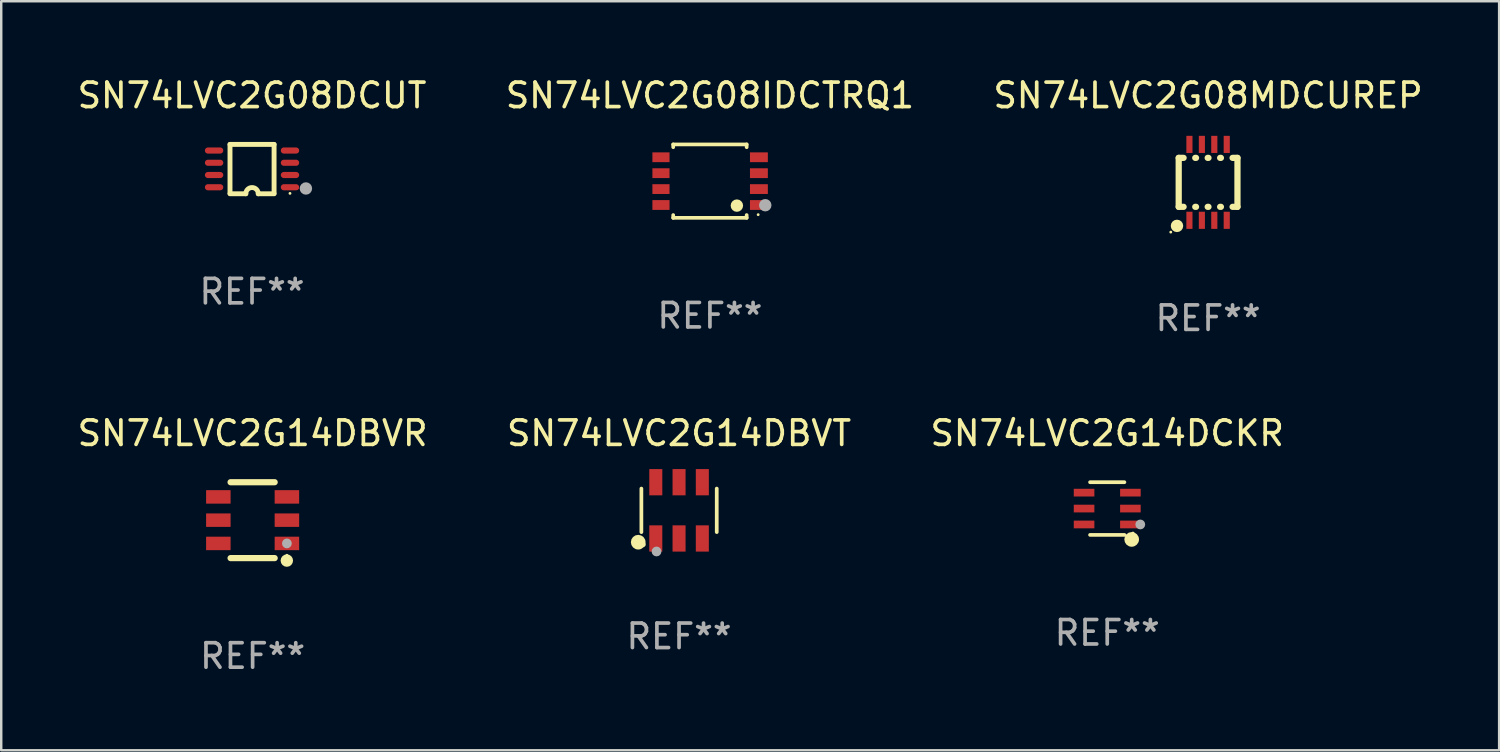
<source format=kicad_pcb>
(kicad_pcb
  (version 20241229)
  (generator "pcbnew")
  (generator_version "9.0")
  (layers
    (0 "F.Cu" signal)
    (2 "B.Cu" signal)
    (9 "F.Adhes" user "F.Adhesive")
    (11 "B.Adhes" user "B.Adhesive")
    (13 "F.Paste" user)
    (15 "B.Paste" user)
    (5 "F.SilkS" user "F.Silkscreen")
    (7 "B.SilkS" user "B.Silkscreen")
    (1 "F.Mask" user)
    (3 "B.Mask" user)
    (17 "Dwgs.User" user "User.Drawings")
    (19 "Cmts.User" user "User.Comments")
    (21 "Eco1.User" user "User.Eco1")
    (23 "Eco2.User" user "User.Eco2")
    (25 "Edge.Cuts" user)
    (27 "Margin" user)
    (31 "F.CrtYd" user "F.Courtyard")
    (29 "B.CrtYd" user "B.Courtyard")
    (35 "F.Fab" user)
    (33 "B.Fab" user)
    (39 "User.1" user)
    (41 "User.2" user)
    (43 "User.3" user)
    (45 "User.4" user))
  (footprint "SN74LVC2G08IDCTRQ1"
    (layer "F.Cu")
    (at 25.946 4.348)
    (property "Reference" "SN74LVC2G08IDCTRQ1" (at 0 -3.5 0) (layer "F.SilkS") (effects (font (size 1 1) (thickness 0.15))))
    (attr through_hole)
    (fp_line (start -1.5 -1.5) (end 1.5 -1.5) (stroke (width 0.15) (type solid)) (layer "F.SilkS"))
    (fp_line (start -1.5 -1.385) (end -1.5 -1.5) (stroke (width 0.15) (type solid)) (layer "F.SilkS"))
    (fp_line (start -1.5 1.5) (end -1.5 1.385) (stroke (width 0.15) (type solid)) (layer "F.SilkS"))
    (fp_line (start 1.5 -1.5) (end 1.5 -1.385) (stroke (width 0.15) (type solid)) (layer "F.SilkS"))
    (fp_line (start 1.5 1.385) (end 1.5 1.5) (stroke (width 0.15) (type solid)) (layer "F.SilkS"))
    (fp_line (start 1.5 1.5) (end -1.5 1.5) (stroke (width 0.15) (type solid)) (layer "F.SilkS"))
    (fp_circle (center 1.1 1) (end 1.227 1) (stroke (width 0.254) (type solid)) (fill no) (layer "F.SilkS"))
    (fp_circle (center 1.97 1.37) (end 2 1.37) (stroke (width 0.06) (type solid)) (fill no) (layer "F.SilkS"))
    (fp_circle (center 2.26 0.984) (end 2.387 0.984) (stroke (width 0.254) (type solid)) (fill no) (layer "F.Fab"))
    (fp_text user "REF**" (at 0 5.5 0) (layer "F.Fab") (effects (font (size 1 1) (thickness 0.15))))
    (pad "1" smd rect (at 2 0.975) (size 0.73 0.4) (layers "F.Cu" "F.Mask" "F.Paste"))
    (pad "2" smd rect (at 2 0.325) (size 0.73 0.4) (layers "F.Cu" "F.Mask" "F.Paste"))
    (pad "3" smd rect (at 2 -0.325) (size 0.73 0.4) (layers "F.Cu" "F.Mask" "F.Paste"))
    (pad "4" smd rect (at 2 -0.975) (size 0.73 0.4) (layers "F.Cu" "F.Mask" "F.Paste"))
    (pad "5" smd rect (at -2 -0.975) (size 0.7 0.4) (layers "F.Cu" "F.Mask" "F.Paste"))
    (pad "6" smd rect (at -2 -0.325) (size 0.7 0.4) (layers "F.Cu" "F.Mask" "F.Paste"))
    (pad "7" smd rect (at -2 0.325) (size 0.7 0.4) (layers "F.Cu" "F.Mask" "F.Paste"))
    (pad "8" smd rect (at -2 0.975) (size 0.7 0.4) (layers "F.Cu" "F.Mask" "F.Paste")))
  (footprint "SN74LVC2G08DCUT"
    (layer "F.Cu")
    (at 7.244 3.856)
    (property "Reference" "SN74LVC2G08DCUT" (at 0 -3.008 0) (layer "F.SilkS") (effects (font (size 1 1) (thickness 0.15))))
    (attr through_hole)
    (fp_line (start -0.9 -1.008) (end -0.9 0.992) (stroke (width 0.2) (type solid)) (layer "F.SilkS"))
    (fp_line (start -0.254 1.008) (end -0.9 1.008) (stroke (width 0.2) (type solid)) (layer "F.SilkS"))
    (fp_line (start 0.254 1.008) (end 0.9 1.008) (stroke (width 0.2) (type solid)) (layer "F.SilkS"))
    (fp_line (start 0.9 -1.008) (end -0.9 -1.008) (stroke (width 0.2) (type solid)) (layer "F.SilkS"))
    (fp_line (start 0.9 0.992) (end 0.9 -1.008) (stroke (width 0.2) (type solid)) (layer "F.SilkS"))
    (fp_arc (start -0.254128 1.007976) (mid -0.000127 0.753975) (end 0.253874 1.007976) (stroke (width 0.2) (type solid)) (layer "F.SilkS"))
    (fp_circle (center 1.55 0.992) (end 1.58 0.992) (stroke (width 0.06) (type solid)) (fill no) (layer "F.SilkS"))
    (fp_circle (center 2.2 0.792) (end 2.327 0.792) (stroke (width 0.254) (type solid)) (fill no) (layer "F.Fab"))
    (fp_text user "REF**" (at 0 5.008 0) (layer "F.Fab") (effects (font (size 1 1) (thickness 0.15))))
    (pad "1" smd oval (at 1.55 0.742) (size 0.75 0.25) (layers "F.Cu" "F.Mask" "F.Paste"))
    (pad "2" smd oval (at 1.55 0.242) (size 0.75 0.25) (layers "F.Cu" "F.Mask" "F.Paste"))
    (pad "3" smd oval (at 1.55 -0.258) (size 0.75 0.25) (layers "F.Cu" "F.Mask" "F.Paste"))
    (pad "4" smd oval (at 1.55 -0.758) (size 0.75 0.25) (layers "F.Cu" "F.Mask" "F.Paste"))
    (pad "5" smd oval (at -1.55 -0.758) (size 0.75 0.25) (layers "F.Cu" "F.Mask" "F.Paste"))
    (pad "6" smd oval (at -1.55 -0.258) (size 0.75 0.25) (layers "F.Cu" "F.Mask" "F.Paste"))
    (pad "7" smd oval (at -1.55 0.242) (size 0.75 0.25) (layers "F.Cu" "F.Mask" "F.Paste"))
    (pad "8" smd oval (at -1.55 0.742) (size 0.75 0.25) (layers "F.Cu" "F.Mask" "F.Paste")))
  (footprint "SN74LVC2G14DBVR"
    (layer "F.Cu")
    (at 7.268 18.195)
    (property "Reference" "SN74LVC2G14DBVR" (at 0 -3.55 0) (layer "F.SilkS") (effects (font (size 1 1) (thickness 0.15))))
    (attr through_hole)
    (fp_line (start -0.9 -1.55) (end 0.9 -1.55) (stroke (width 0.254) (type solid)) (layer "F.SilkS"))
    (fp_line (start -0.9 1.55) (end 0.9 1.55) (stroke (width 0.254) (type solid)) (layer "F.SilkS"))
    (fp_circle (center 1.397 1.651) (end 1.524 1.651) (stroke (width 0.254) (type solid)) (fill no) (layer "F.SilkS"))
    (fp_circle (center 1.4 1.435) (end 1.43 1.435) (stroke (width 0.06) (type solid)) (fill no) (layer "F.SilkS"))
    (fp_circle (center 1.4 0.95) (end 1.5 0.95) (stroke (width 0.2) (type solid)) (fill no) (layer "F.Fab"))
    (fp_text user "REF**" (at 0 5.55 0) (layer "F.Fab") (effects (font (size 1 1) (thickness 0.15))))
    (pad "1" smd rect (at 1.4 0.95) (size 1 0.55) (layers "F.Cu" "F.Mask" "F.Paste"))
    (pad "2" smd rect (at 1.4 -0.000102) (size 1 0.55) (layers "F.Cu" "F.Mask" "F.Paste"))
    (pad "3" smd rect (at 1.4 -0.95) (size 1 0.55) (layers "F.Cu" "F.Mask" "F.Paste"))
    (pad "4" smd rect (at -1.4 -0.95) (size 1 0.55) (layers "F.Cu" "F.Mask" "F.Paste"))
    (pad "5" smd rect (at -1.4 -0.000102) (size 1 0.55) (layers "F.Cu" "F.Mask" "F.Paste"))
    (pad "6" smd rect (at -1.4 0.95) (size 1 0.55) (layers "F.Cu" "F.Mask" "F.Paste")))
  (footprint "SN74LVC2G14DBVT"
    (layer "F.Cu")
    (at 24.685 17.794)
    (property "Reference" "SN74LVC2G14DBVT" (at 0 -3.149 0) (layer "F.SilkS") (effects (font (size 1 1) (thickness 0.15))))
    (attr through_hole)
    (fp_line (start -1.539 0.889) (end -1.539 -0.889) (stroke (width 0.152) (type solid)) (layer "F.SilkS"))
    (fp_line (start 1.539 0.889) (end 1.539 -0.889) (stroke (width 0.152) (type solid)) (layer "F.SilkS"))
    (fp_circle (center -1.668 1.301) (end -1.518 1.301) (stroke (width 0.3) (type solid)) (fill no) (layer "F.SilkS"))
    (fp_circle (center -1.463 1.4) (end -1.413 1.4) (stroke (width 0.1) (type solid)) (fill no) (layer "F.SilkS"))
    (fp_circle (center -0.92 1.68) (end -0.82 1.68) (stroke (width 0.2) (type solid)) (fill no) (layer "F.Fab"))
    (fp_text user "REF**" (at 0 5.149 0) (layer "F.Fab") (effects (font (size 1 1) (thickness 0.15))))
    (pad "1" smd rect (at -0.95 1.149) (size 0.532 1.072) (layers "F.Cu" "F.Mask" "F.Paste"))
    (pad "2" smd rect (at 0 1.149) (size 0.532 1.072) (layers "F.Cu" "F.Mask" "F.Paste"))
    (pad "3" smd rect (at 0.95 1.149) (size 0.532 1.072) (layers "F.Cu" "F.Mask" "F.Paste"))
    (pad "4" smd rect (at 0.95 -1.149) (size 0.532 1.072) (layers "F.Cu" "F.Mask" "F.Paste"))
    (pad "5" smd rect (at 0 -1.149) (size 0.532 1.072) (layers "F.Cu" "F.Mask" "F.Paste"))
    (pad "6" smd rect (at -0.95 -1.149) (size 0.532 1.072) (layers "F.Cu" "F.Mask" "F.Paste")))
  (footprint "SN74LVC2G14DCKR"
    (layer "F.Cu")
    (at 42.173 17.721)
    (property "Reference" "SN74LVC2G14DCKR" (at 0 -3.076 0) (layer "F.SilkS") (effects (font (size 1 1) (thickness 0.15))))
    (attr through_hole)
    (fp_line (start 0.701 -1.076) (end -0.701 -1.076) (stroke (width 0.152) (type solid)) (layer "F.SilkS"))
    (fp_line (start 0.701 1.076) (end -0.701 1.076) (stroke (width 0.152) (type solid)) (layer "F.SilkS"))
    (fp_circle (center 0.998 1.26) (end 1.148 1.26) (stroke (width 0.3) (type solid)) (fill no) (layer "F.SilkS"))
    (fp_circle (center 1.05 1) (end 1.08 1) (stroke (width 0.06) (type solid)) (fill no) (layer "F.SilkS"))
    (fp_circle (center 1.35 0.65) (end 1.45 0.65) (stroke (width 0.2) (type solid)) (fill no) (layer "F.Fab"))
    (fp_text user "REF**" (at 0 5.076 0) (layer "F.Fab") (effects (font (size 1 1) (thickness 0.15))))
    (pad "1" smd rect (at 0.946 0.65) (size 0.841 0.315) (layers "F.Cu" "F.Mask" "F.Paste"))
    (pad "2" smd rect (at 0.946 0) (size 0.841 0.315) (layers "F.Cu" "F.Mask" "F.Paste"))
    (pad "3" smd rect (at 0.946 -0.65) (size 0.841 0.315) (layers "F.Cu" "F.Mask" "F.Paste"))
    (pad "4" smd rect (at -0.946 -0.65) (size 0.841 0.315) (layers "F.Cu" "F.Mask" "F.Paste"))
    (pad "5" smd rect (at -0.946 0) (size 0.841 0.315) (layers "F.Cu" "F.Mask" "F.Paste"))
    (pad "6" smd rect (at -0.946 0.65) (size 0.841 0.315) (layers "F.Cu" "F.Mask" "F.Paste")))
  (footprint "SN74LVC2G08MDCUREP"
    (layer "F.Cu")
    (at 46.292 4.398)
    (property "Reference" "SN74LVC2G08MDCUREP" (at 0 -3.55 0) (layer "F.SilkS") (effects (font (size 1 1) (thickness 0.15))))
    (attr through_hole)
    (fp_line (start -1.2 -1) (end -1 -1) (stroke (width 0.254) (type solid)) (layer "F.SilkS"))
    (fp_line (start -1.2 1) (end -1.2 -1) (stroke (width 0.254) (type solid)) (layer "F.SilkS"))
    (fp_line (start -1.2 1) (end -1 1) (stroke (width 0.254) (type solid)) (layer "F.SilkS"))
    (fp_line (start -0.524 -1) (end -0.492 -1) (stroke (width 0.254) (type solid)) (layer "F.SilkS"))
    (fp_line (start -0.524 1) (end -0.492 1) (stroke (width 0.254) (type solid)) (layer "F.SilkS"))
    (fp_line (start -0.016 -1) (end 0.016 -1) (stroke (width 0.254) (type solid)) (layer "F.SilkS"))
    (fp_line (start -0.016 1) (end 0.016 1) (stroke (width 0.254) (type solid)) (layer "F.SilkS"))
    (fp_line (start 0.492 -1) (end 0.524 -1) (stroke (width 0.254) (type solid)) (layer "F.SilkS"))
    (fp_line (start 0.492 1) (end 0.524 1) (stroke (width 0.254) (type solid)) (layer "F.SilkS"))
    (fp_line (start 1 -1) (end 1.2 -1) (stroke (width 0.254) (type solid)) (layer "F.SilkS"))
    (fp_line (start 1 1) (end 1.2 1) (stroke (width 0.254) (type solid)) (layer "F.SilkS"))
    (fp_line (start 1.2 -1) (end 1.2 1) (stroke (width 0.254) (type solid)) (layer "F.SilkS"))
    (fp_circle (center -1.524 2.032) (end -1.494 2.032) (stroke (width 0.06) (type solid)) (fill no) (layer "F.SilkS"))
    (fp_circle (center -1.27 1.778) (end -1.143 1.778) (stroke (width 0.254) (type solid)) (fill no) (layer "F.SilkS"))
    (fp_text user "REF**" (at 0 5.55 0) (layer "F.Fab") (effects (font (size 1 1) (thickness 0.15))))
    (pad "1" smd rect (at -0.762 1.55 180) (size 0.25 0.7) (layers "F.Cu" "F.Mask" "F.Paste"))
    (pad "2" smd rect (at -0.254 1.55 180) (size 0.25 0.7) (layers "F.Cu" "F.Mask" "F.Paste"))
    (pad "3" smd rect (at 0.254 1.55 180) (size 0.25 0.7) (layers "F.Cu" "F.Mask" "F.Paste"))
    (pad "4" smd rect (at 0.762 1.55 180) (size 0.25 0.7) (layers "F.Cu" "F.Mask" "F.Paste"))
    (pad "5" smd rect (at 0.762 -1.55 180) (size 0.25 0.7) (layers "F.Cu" "F.Mask" "F.Paste"))
    (pad "6" smd rect (at 0.254 -1.55 180) (size 0.25 0.7) (layers "F.Cu" "F.Mask" "F.Paste"))
    (pad "7" smd rect (at -0.254 -1.55 180) (size 0.25 0.7) (layers "F.Cu" "F.Mask" "F.Paste"))
    (pad "8" smd rect (at -0.762 -1.55 180) (size 0.25 0.7) (layers "F.Cu" "F.Mask" "F.Paste")))
  (gr_rect
    (start -3 -3)
    (end 58.179 27.593)
    (stroke (width 0.1) (type default))
    (fill no)
    (layer "Edge.Cuts")))
</source>
